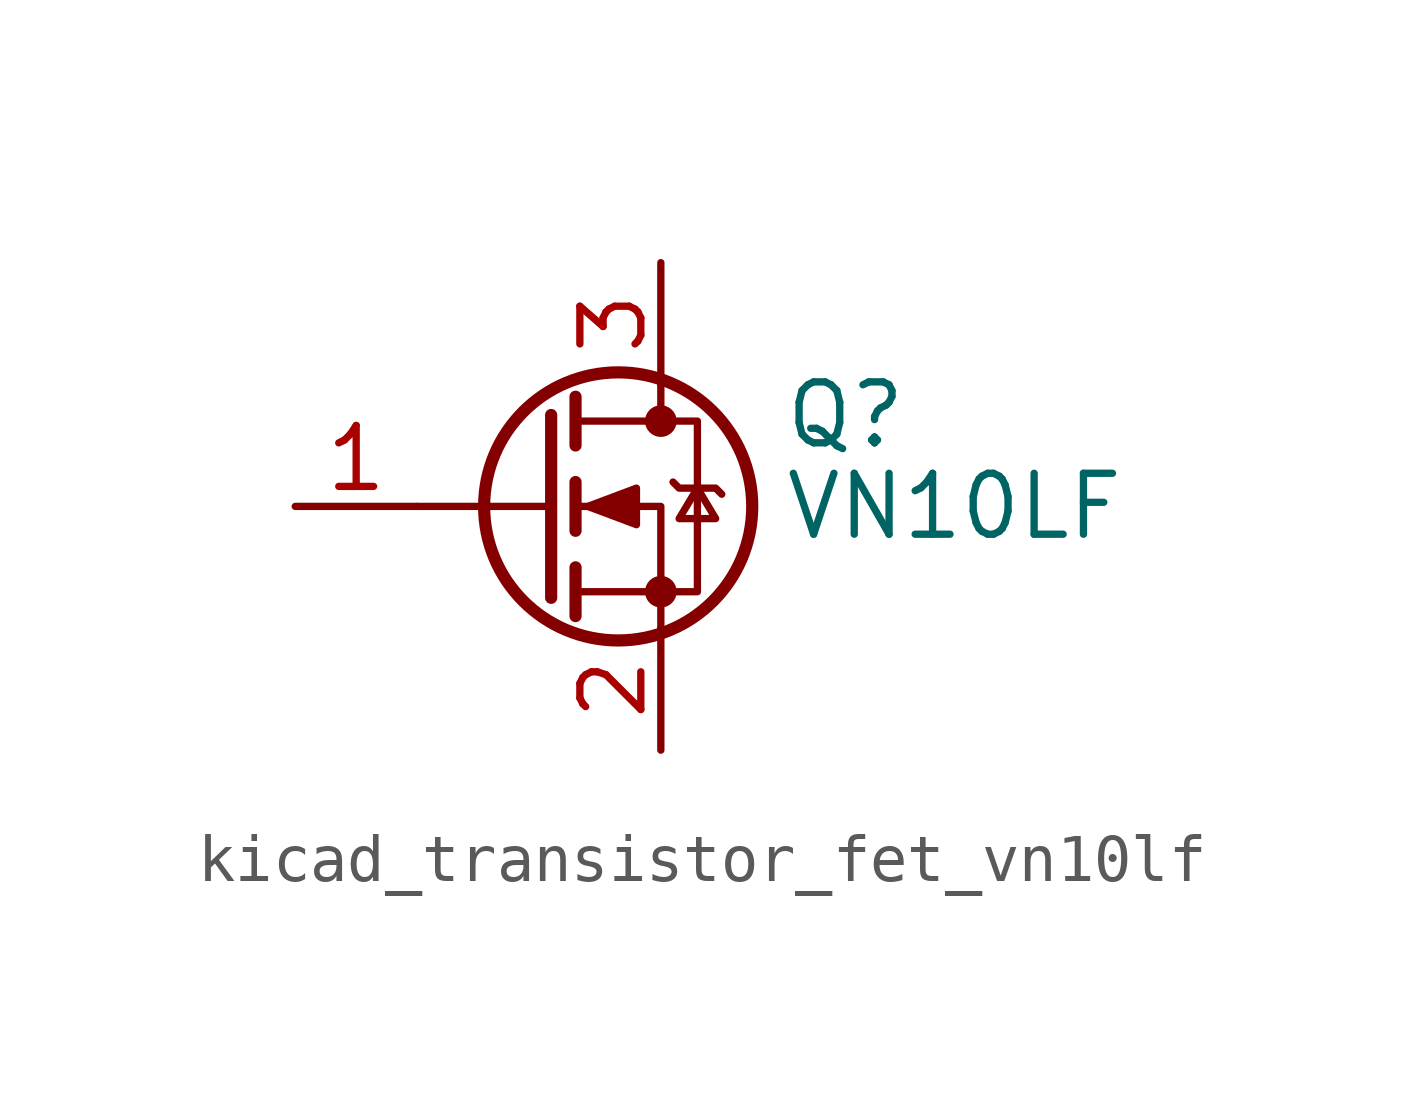
<source format=kicad_sym>
(kicad_symbol_lib
  (version 20220914)
  (generator kicad_symbol_editor)
  (symbol "kicad_transistor_fet_vn10lf"
    (pin_names hide)
    (property "Reference" "Q"
      (at 5.08 1.905 0)
      (effects (font (size 1.27 1.27)) (justify left)))
    (property "Value" "VN10LF"
      (at 5.08 0 0)
      (effects (font (size 1.27 1.27)) (justify left)))
    (symbol "kicad_transistor_fet_vn10lf_0_1"
      (polyline (pts (xy 0.254 0) (xy -2.54 0)) (stroke (width 0) (type default)) (fill (type none)))
      (polyline (pts (xy 0.254 1.905) (xy 0.254 -1.905)) (stroke (width 0.254) (type default)) (fill (type none)))
      (polyline (pts (xy 0.762 -1.27) (xy 0.762 -2.286)) (stroke (width 0.254) (type default)) (fill (type none)))
      (polyline (pts (xy 0.762 0.508) (xy 0.762 -0.508)) (stroke (width 0.254) (type default)) (fill (type none)))
      (polyline (pts (xy 0.762 2.286) (xy 0.762 1.27)) (stroke (width 0.254) (type default)) (fill (type none)))
      (polyline (pts (xy 2.54 2.54) (xy 2.54 1.778)) (stroke (width 0) (type default)) (fill (type none)))
      (polyline (pts (xy 2.54 -2.54) (xy 2.54 0) (xy 0.762 0)) (stroke (width 0) (type default)) (fill (type none)))
      (polyline (pts (xy 0.762 -1.778) (xy 3.302 -1.778) (xy 3.302 1.778) (xy 0.762 1.778)) (stroke (width 0) (type default)) (fill (type none)))
      (polyline (pts (xy 1.016 0) (xy 2.032 0.381) (xy 2.032 -0.381) (xy 1.016 0)) (stroke (width 0) (type default)) (fill (type outline)))
      (polyline (pts (xy 2.794 0.508) (xy 2.921 0.381) (xy 3.683 0.381) (xy 3.81 0.254)) (stroke (width 0) (type default)) (fill (type none)))
      (polyline (pts (xy 3.302 0.381) (xy 2.921 -0.254) (xy 3.683 -0.254) (xy 3.302 0.381)) (stroke (width 0) (type default)) (fill (type none)))
      (circle (center 1.651 0) (radius 2.794) (stroke (width 0.254) (type default)) (fill (type none)))
      (circle (center 2.54 -1.778) (radius 0.254) (stroke (width 0) (type default)) (fill (type outline)))
      (circle (center 2.54 1.778) (radius 0.254) (stroke (width 0) (type default)) (fill (type outline))))
    (symbol "kicad_transistor_fet_vn10lf_1_1"
      (pin input line (at -5.08 0 0) (length 2.54) (name "G" (effects (font (size 1.27 1.27)))) (number "1" (effects (font (size 1.27 1.27)))))
      (pin passive line (at 2.54 -5.08 90) (length 2.54) (name "S" (effects (font (size 1.27 1.27)))) (number "2" (effects (font (size 1.27 1.27)))))
      (pin passive line (at 2.54 5.08 270) (length 2.54) (name "D" (effects (font (size 1.27 1.27)))) (number "3" (effects (font (size 1.27 1.27))))))))
</source>
